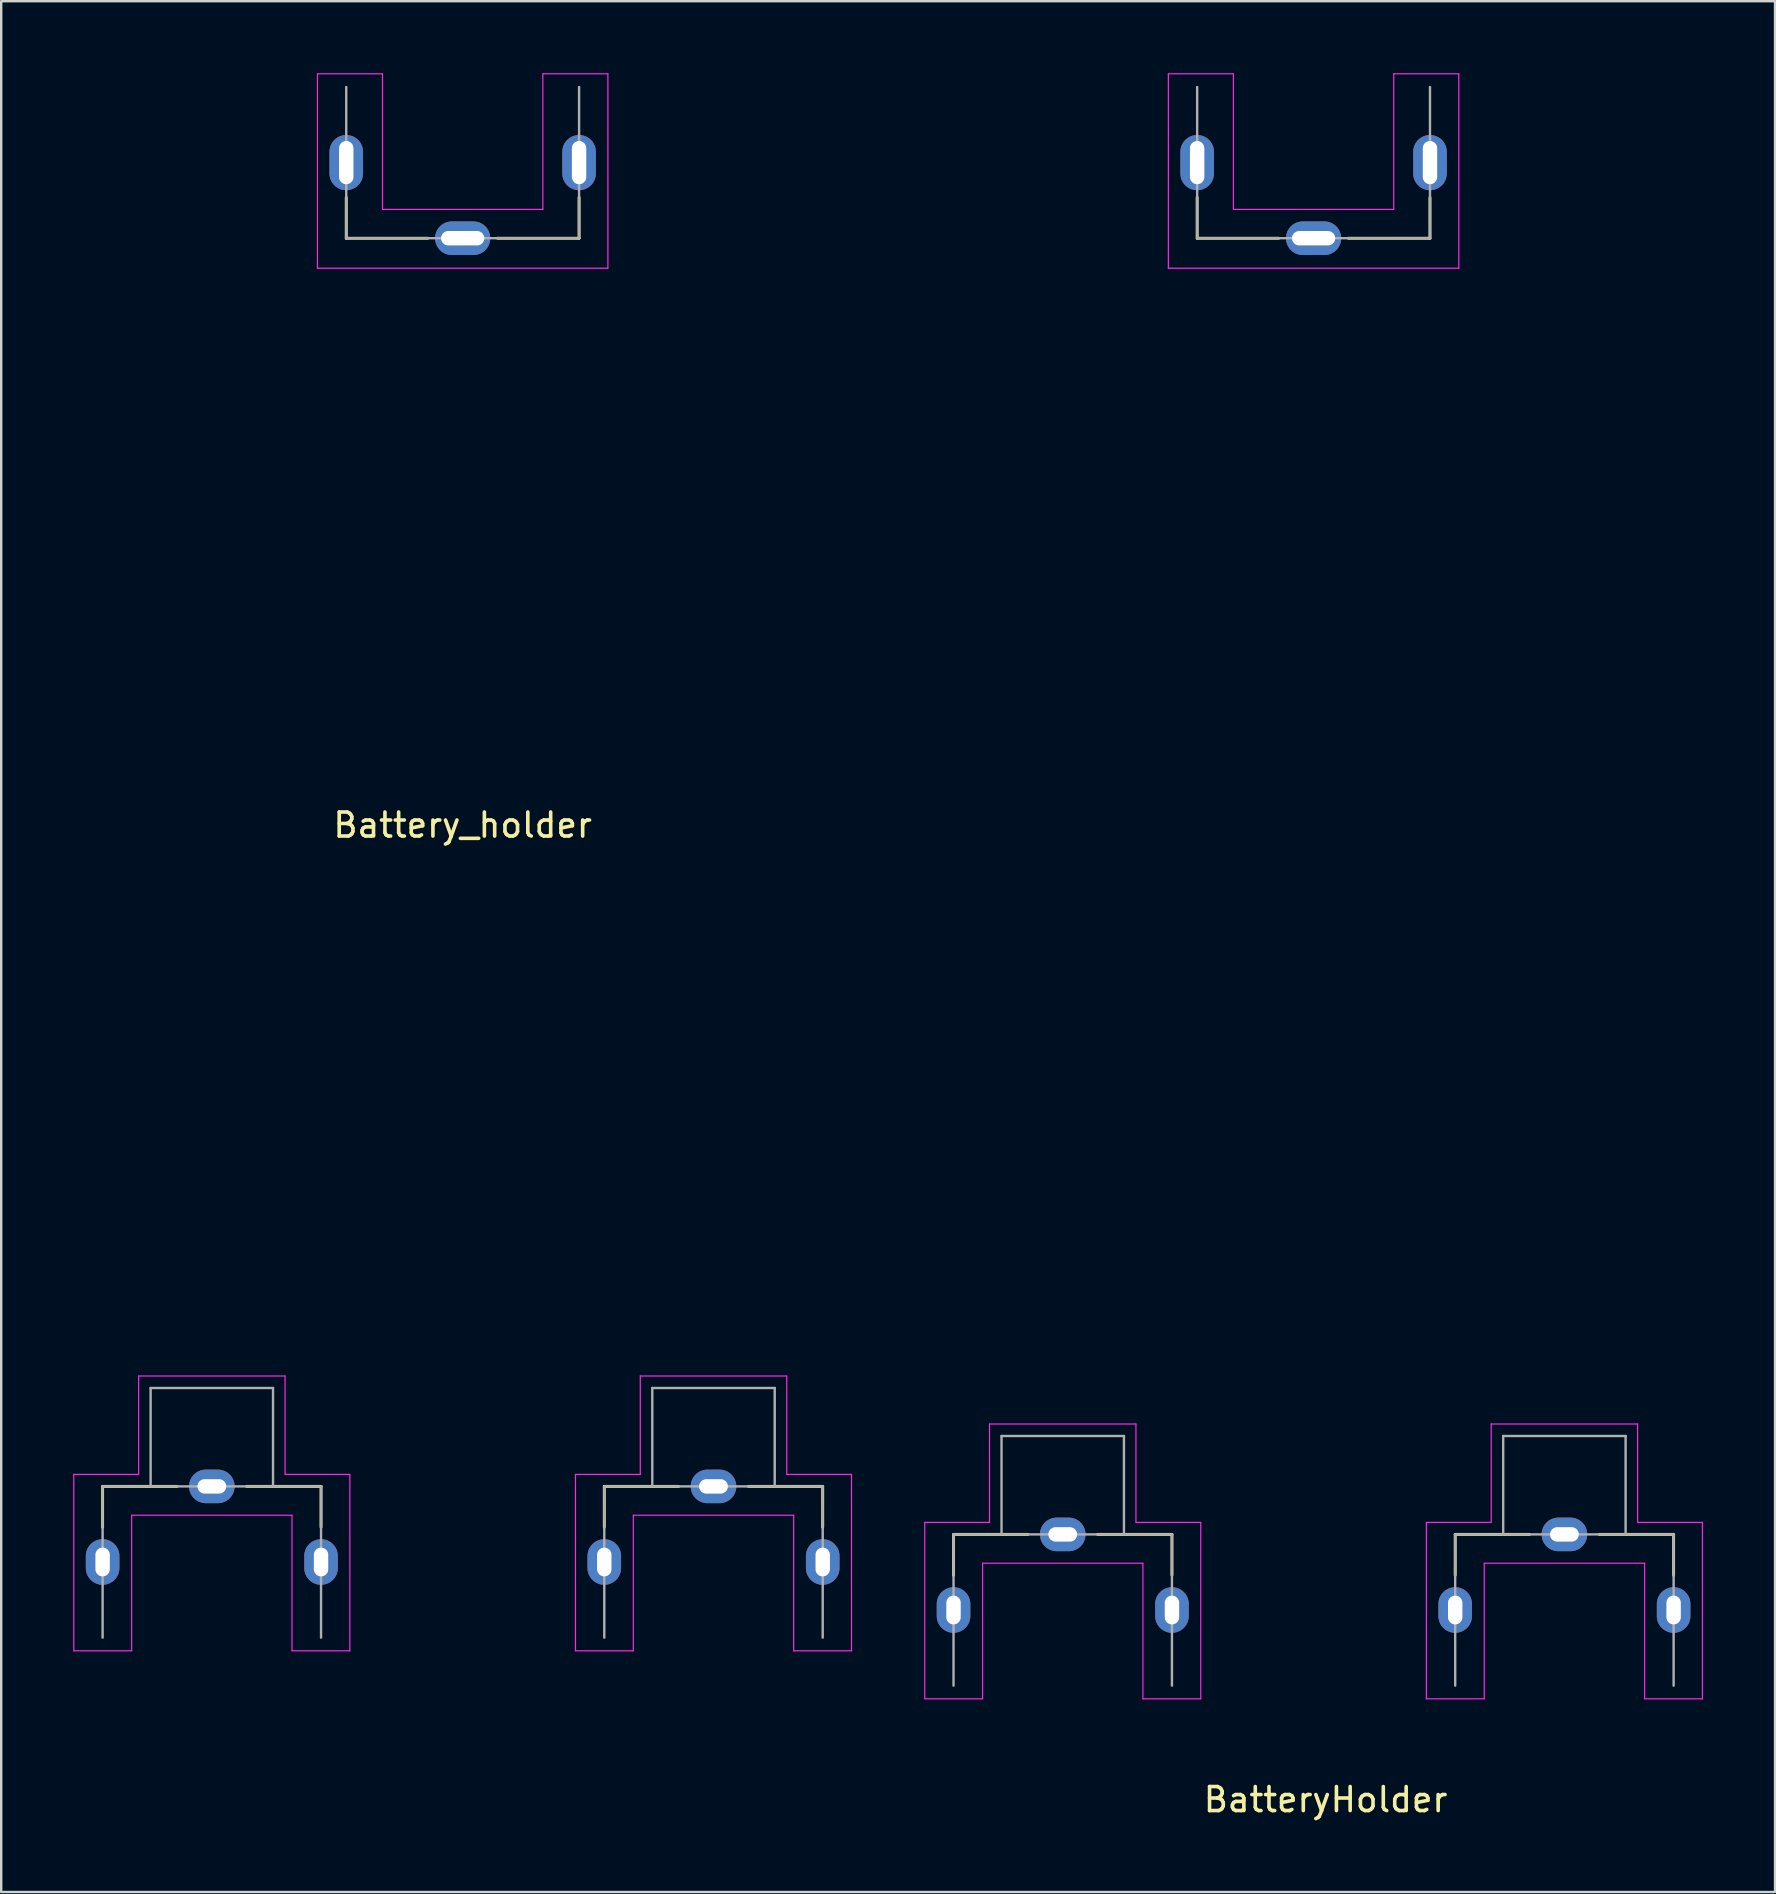
<source format=kicad_pcb>
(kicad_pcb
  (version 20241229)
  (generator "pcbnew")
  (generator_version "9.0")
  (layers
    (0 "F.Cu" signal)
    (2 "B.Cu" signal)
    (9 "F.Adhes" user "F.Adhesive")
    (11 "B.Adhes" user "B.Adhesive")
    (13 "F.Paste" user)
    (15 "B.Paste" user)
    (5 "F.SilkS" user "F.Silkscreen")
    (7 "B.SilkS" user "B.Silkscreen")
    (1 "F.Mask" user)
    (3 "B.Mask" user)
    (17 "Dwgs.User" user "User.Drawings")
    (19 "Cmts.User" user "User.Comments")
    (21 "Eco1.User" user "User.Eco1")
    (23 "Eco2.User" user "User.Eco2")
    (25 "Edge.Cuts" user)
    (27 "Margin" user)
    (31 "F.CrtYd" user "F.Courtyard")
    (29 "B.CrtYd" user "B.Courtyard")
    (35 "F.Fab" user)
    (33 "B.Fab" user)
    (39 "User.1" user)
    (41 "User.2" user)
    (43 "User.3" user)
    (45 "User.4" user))
  (footprint "Battery_holder"
    (layer "F.Cu")
    (at 16.225 65.725)
    (property "Reference" "Battery_holder" (at 0 -34.4 0) (layer "F.SilkS") (effects (font (size 1 1) (thickness 0.15))))
    (attr through_hole)
    (fp_line (start -15 -6.85) (end -11.9 -6.85) (stroke (width 0.12) (type solid)) (layer "F.SilkS"))
    (fp_line (start -15 -5.15) (end -15 -6.85) (stroke (width 0.12) (type solid)) (layer "F.SilkS"))
    (fp_line (start -5.9 -6.85) (end -9 -6.85) (stroke (width 0.12) (type solid)) (layer "F.SilkS"))
    (fp_line (start -5.9 -5.15) (end -5.9 -6.85) (stroke (width 0.12) (type solid)) (layer "F.SilkS"))
    (fp_line (start -4.85 -60.55) (end -4.85 -58.85) (stroke (width 0.12) (type solid)) (layer "F.SilkS"))
    (fp_line (start -4.85 -58.85) (end -1.45 -58.85) (stroke (width 0.12) (type solid)) (layer "F.SilkS"))
    (fp_line (start 4.85 -60.55) (end 4.85 -58.85) (stroke (width 0.12) (type solid)) (layer "F.SilkS"))
    (fp_line (start 4.85 -58.85) (end 1.45 -58.85) (stroke (width 0.12) (type solid)) (layer "F.SilkS"))
    (fp_line (start 5.9 -6.85) (end 9 -6.85) (stroke (width 0.12) (type solid)) (layer "F.SilkS"))
    (fp_line (start 5.9 -5.15) (end 5.9 -6.85) (stroke (width 0.12) (type solid)) (layer "F.SilkS"))
    (fp_line (start 15 -6.85) (end 11.9 -6.85) (stroke (width 0.12) (type solid)) (layer "F.SilkS"))
    (fp_line (start 15 -5.15) (end 15 -6.85) (stroke (width 0.12) (type solid)) (layer "F.SilkS"))
    (fp_line (start -16.2 -7.35) (end -16.2 0) (stroke (width 0.05) (type solid)) (layer "F.CrtYd"))
    (fp_line (start -13.79 -5.65) (end -13.79 0) (stroke (width 0.05) (type solid)) (layer "F.CrtYd"))
    (fp_line (start -13.79 0) (end -16.2 0) (stroke (width 0.05) (type solid)) (layer "F.CrtYd"))
    (fp_line (start -13.5 -11.45) (end -13.5 -7.35) (stroke (width 0.05) (type solid)) (layer "F.CrtYd"))
    (fp_line (start -13.5 -7.35) (end -16.2 -7.35) (stroke (width 0.05) (type solid)) (layer "F.CrtYd"))
    (fp_line (start -7.4 -11.45) (end -13.5 -11.45) (stroke (width 0.05) (type solid)) (layer "F.CrtYd"))
    (fp_line (start -7.4 -7.35) (end -7.4 -11.45) (stroke (width 0.05) (type solid)) (layer "F.CrtYd"))
    (fp_line (start -7.11 -5.65) (end -13.79 -5.65) (stroke (width 0.05) (type solid)) (layer "F.CrtYd"))
    (fp_line (start -7.11 -5.65) (end -7.11 0) (stroke (width 0.05) (type solid)) (layer "F.CrtYd"))
    (fp_line (start -6.05 -65.7) (end -6.05 -57.6) (stroke (width 0.05) (type solid)) (layer "F.CrtYd"))
    (fp_line (start -6.05 -65.7) (end -3.34 -65.7) (stroke (width 0.05) (type solid)) (layer "F.CrtYd"))
    (fp_line (start -6.05 -57.6) (end 6.05 -57.6) (stroke (width 0.05) (type solid)) (layer "F.CrtYd"))
    (fp_line (start -4.7 -7.35) (end -7.4 -7.35) (stroke (width 0.05) (type solid)) (layer "F.CrtYd"))
    (fp_line (start -4.7 0) (end -7.11 0) (stroke (width 0.05) (type solid)) (layer "F.CrtYd"))
    (fp_line (start -4.7 0) (end -4.7 -7.35) (stroke (width 0.05) (type solid)) (layer "F.CrtYd"))
    (fp_line (start -3.34 -60.05) (end -3.34 -65.7) (stroke (width 0.05) (type solid)) (layer "F.CrtYd"))
    (fp_line (start -3.34 -60.05) (end 3.34 -60.05) (stroke (width 0.05) (type solid)) (layer "F.CrtYd"))
    (fp_line (start 3.34 -65.7) (end 6.05 -65.7) (stroke (width 0.05) (type solid)) (layer "F.CrtYd"))
    (fp_line (start 3.34 -60.05) (end 3.34 -65.7) (stroke (width 0.05) (type solid)) (layer "F.CrtYd"))
    (fp_line (start 4.7 -7.35) (end 4.7 0) (stroke (width 0.05) (type solid)) (layer "F.CrtYd"))
    (fp_line (start 6.05 -57.6) (end 6.05 -65.7) (stroke (width 0.05) (type solid)) (layer "F.CrtYd"))
    (fp_line (start 7.11 -5.65) (end 7.11 0) (stroke (width 0.05) (type solid)) (layer "F.CrtYd"))
    (fp_line (start 7.11 0) (end 4.7 0) (stroke (width 0.05) (type solid)) (layer "F.CrtYd"))
    (fp_line (start 7.4 -11.45) (end 7.4 -7.35) (stroke (width 0.05) (type solid)) (layer "F.CrtYd"))
    (fp_line (start 7.4 -7.35) (end 4.7 -7.35) (stroke (width 0.05) (type solid)) (layer "F.CrtYd"))
    (fp_line (start 13.5 -11.45) (end 7.4 -11.45) (stroke (width 0.05) (type solid)) (layer "F.CrtYd"))
    (fp_line (start 13.5 -7.35) (end 13.5 -11.45) (stroke (width 0.05) (type solid)) (layer "F.CrtYd"))
    (fp_line (start 13.79 -5.65) (end 7.11 -5.65) (stroke (width 0.05) (type solid)) (layer "F.CrtYd"))
    (fp_line (start 13.79 -5.65) (end 13.79 0) (stroke (width 0.05) (type solid)) (layer "F.CrtYd"))
    (fp_line (start 16.2 -7.35) (end 13.5 -7.35) (stroke (width 0.05) (type solid)) (layer "F.CrtYd"))
    (fp_line (start 16.2 0) (end 13.79 0) (stroke (width 0.05) (type solid)) (layer "F.CrtYd"))
    (fp_line (start 16.2 0) (end 16.2 -7.35) (stroke (width 0.05) (type solid)) (layer "F.CrtYd"))
    (fp_line (start -15 -6.85) (end -15 -0.55) (stroke (width 0.1) (type solid)) (layer "F.Fab"))
    (fp_line (start -15 -6.85) (end -5.9 -6.85) (stroke (width 0.1) (type solid)) (layer "F.Fab"))
    (fp_line (start -13 -10.95) (end -7.9 -10.95) (stroke (width 0.1) (type solid)) (layer "F.Fab"))
    (fp_line (start -13 -6.85) (end -13 -10.95) (stroke (width 0.1) (type solid)) (layer "F.Fab"))
    (fp_line (start -7.9 -10.95) (end -7.9 -6.85) (stroke (width 0.1) (type solid)) (layer "F.Fab"))
    (fp_line (start -5.9 -6.85) (end -5.9 -0.55) (stroke (width 0.1) (type solid)) (layer "F.Fab"))
    (fp_line (start -4.85 -58.85) (end -4.85 -65.15) (stroke (width 0.1) (type solid)) (layer "F.Fab"))
    (fp_line (start 4.85 -58.85) (end -4.85 -58.85) (stroke (width 0.1) (type solid)) (layer "F.Fab"))
    (fp_line (start 4.85 -58.85) (end 4.85 -65.15) (stroke (width 0.1) (type solid)) (layer "F.Fab"))
    (fp_line (start 5.9 -6.85) (end 5.9 -0.55) (stroke (width 0.1) (type solid)) (layer "F.Fab"))
    (fp_line (start 5.9 -6.85) (end 15 -6.85) (stroke (width 0.1) (type solid)) (layer "F.Fab"))
    (fp_line (start 7.9 -10.95) (end 13 -10.95) (stroke (width 0.1) (type solid)) (layer "F.Fab"))
    (fp_line (start 7.9 -6.85) (end 7.9 -10.95) (stroke (width 0.1) (type solid)) (layer "F.Fab"))
    (fp_line (start 13 -10.95) (end 13 -6.85) (stroke (width 0.1) (type solid)) (layer "F.Fab"))
    (fp_line (start 15 -6.85) (end 15 -0.55) (stroke (width 0.1) (type solid)) (layer "F.Fab"))
    (pad "1" thru_hole oval (at -4.85 -62 90) (size 2.3 1.4) (drill oval 1.8 0.6) (layers "*.Cu" "*.Mask"))
    (pad "1" thru_hole oval (at 0 -58.85) (size 2.3 1.4) (drill oval 1.8 0.6) (layers "*.Cu" "*.Mask"))
    (pad "1" thru_hole oval (at 4.85 -62 90) (size 2.3 1.4) (drill oval 1.8 0.6) (layers "*.Cu" "*.Mask"))
    (pad "2" thru_hole oval (at -15 -3.7 270) (size 1.9 1.4) (drill oval 1.2 0.6) (layers "*.Cu" "*.Mask"))
    (pad "2" thru_hole oval (at -10.45 -6.85 180) (size 1.9 1.4) (drill oval 1.2 0.6) (layers "*.Cu" "*.Mask"))
    (pad "2" thru_hole oval (at -5.9 -3.7 270) (size 1.9 1.4) (drill oval 1.2 0.6) (layers "*.Cu" "*.Mask"))
    (pad "2" thru_hole oval (at 5.9 -3.7 270) (size 1.9 1.4) (drill oval 1.2 0.6) (layers "*.Cu" "*.Mask"))
    (pad "2" thru_hole oval (at 10.45 -6.85 180) (size 1.9 1.4) (drill oval 1.2 0.6) (layers "*.Cu" "*.Mask"))
    (pad "2" thru_hole oval (at 15 -3.7 270) (size 1.9 1.4) (drill oval 1.2 0.6) (layers "*.Cu" "*.Mask")))
  (footprint "BatteryHolder"
    (layer "F.Cu")
    (at 51.675 67.725)
    (property "Reference" "BatteryHolder" (at 0.5 4.2 0) (layer "F.SilkS") (effects (font (size 1 1) (thickness 0.15))))
    (attr through_hole)
    (fp_line (start -15 -6.85) (end -11.9 -6.85) (stroke (width 0.12) (type solid)) (layer "F.SilkS"))
    (fp_line (start -15 -5.15) (end -15 -6.85) (stroke (width 0.12) (type solid)) (layer "F.SilkS"))
    (fp_line (start -5.9 -6.85) (end -9 -6.85) (stroke (width 0.12) (type solid)) (layer "F.SilkS"))
    (fp_line (start -5.9 -5.15) (end -5.9 -6.85) (stroke (width 0.12) (type solid)) (layer "F.SilkS"))
    (fp_line (start -4.85 -62.55) (end -4.85 -60.85) (stroke (width 0.12) (type solid)) (layer "F.SilkS"))
    (fp_line (start -4.85 -60.85) (end -1.45 -60.85) (stroke (width 0.12) (type solid)) (layer "F.SilkS"))
    (fp_line (start 4.85 -62.55) (end 4.85 -60.85) (stroke (width 0.12) (type solid)) (layer "F.SilkS"))
    (fp_line (start 4.85 -60.85) (end 1.45 -60.85) (stroke (width 0.12) (type solid)) (layer "F.SilkS"))
    (fp_line (start 5.9 -6.85) (end 9 -6.85) (stroke (width 0.12) (type solid)) (layer "F.SilkS"))
    (fp_line (start 5.9 -5.15) (end 5.9 -6.85) (stroke (width 0.12) (type solid)) (layer "F.SilkS"))
    (fp_line (start 15 -6.85) (end 11.9 -6.85) (stroke (width 0.12) (type solid)) (layer "F.SilkS"))
    (fp_line (start 15 -5.15) (end 15 -6.85) (stroke (width 0.12) (type solid)) (layer "F.SilkS"))
    (fp_line (start -16.2 -7.35) (end -16.2 0) (stroke (width 0.05) (type solid)) (layer "F.CrtYd"))
    (fp_line (start -13.79 -5.65) (end -13.79 0) (stroke (width 0.05) (type solid)) (layer "F.CrtYd"))
    (fp_line (start -13.79 0) (end -16.2 0) (stroke (width 0.05) (type solid)) (layer "F.CrtYd"))
    (fp_line (start -13.5 -11.45) (end -13.5 -7.35) (stroke (width 0.05) (type solid)) (layer "F.CrtYd"))
    (fp_line (start -13.5 -7.35) (end -16.2 -7.35) (stroke (width 0.05) (type solid)) (layer "F.CrtYd"))
    (fp_line (start -7.4 -11.45) (end -13.5 -11.45) (stroke (width 0.05) (type solid)) (layer "F.CrtYd"))
    (fp_line (start -7.4 -7.35) (end -7.4 -11.45) (stroke (width 0.05) (type solid)) (layer "F.CrtYd"))
    (fp_line (start -7.11 -5.65) (end -13.79 -5.65) (stroke (width 0.05) (type solid)) (layer "F.CrtYd"))
    (fp_line (start -7.11 -5.65) (end -7.11 0) (stroke (width 0.05) (type solid)) (layer "F.CrtYd"))
    (fp_line (start -6.05 -67.7) (end -6.05 -59.6) (stroke (width 0.05) (type solid)) (layer "F.CrtYd"))
    (fp_line (start -6.05 -67.7) (end -3.34 -67.7) (stroke (width 0.05) (type solid)) (layer "F.CrtYd"))
    (fp_line (start -6.05 -59.6) (end 6.05 -59.6) (stroke (width 0.05) (type solid)) (layer "F.CrtYd"))
    (fp_line (start -4.7 -7.35) (end -7.4 -7.35) (stroke (width 0.05) (type solid)) (layer "F.CrtYd"))
    (fp_line (start -4.7 0) (end -7.11 0) (stroke (width 0.05) (type solid)) (layer "F.CrtYd"))
    (fp_line (start -4.7 0) (end -4.7 -7.35) (stroke (width 0.05) (type solid)) (layer "F.CrtYd"))
    (fp_line (start -3.34 -62.05) (end -3.34 -67.7) (stroke (width 0.05) (type solid)) (layer "F.CrtYd"))
    (fp_line (start -3.34 -62.05) (end 3.34 -62.05) (stroke (width 0.05) (type solid)) (layer "F.CrtYd"))
    (fp_line (start 3.34 -67.7) (end 6.05 -67.7) (stroke (width 0.05) (type solid)) (layer "F.CrtYd"))
    (fp_line (start 3.34 -62.05) (end 3.34 -67.7) (stroke (width 0.05) (type solid)) (layer "F.CrtYd"))
    (fp_line (start 4.7 -7.35) (end 4.7 0) (stroke (width 0.05) (type solid)) (layer "F.CrtYd"))
    (fp_line (start 6.05 -59.6) (end 6.05 -67.7) (stroke (width 0.05) (type solid)) (layer "F.CrtYd"))
    (fp_line (start 7.11 -5.65) (end 7.11 0) (stroke (width 0.05) (type solid)) (layer "F.CrtYd"))
    (fp_line (start 7.11 0) (end 4.7 0) (stroke (width 0.05) (type solid)) (layer "F.CrtYd"))
    (fp_line (start 7.4 -11.45) (end 7.4 -7.35) (stroke (width 0.05) (type solid)) (layer "F.CrtYd"))
    (fp_line (start 7.4 -7.35) (end 4.7 -7.35) (stroke (width 0.05) (type solid)) (layer "F.CrtYd"))
    (fp_line (start 13.5 -11.45) (end 7.4 -11.45) (stroke (width 0.05) (type solid)) (layer "F.CrtYd"))
    (fp_line (start 13.5 -7.35) (end 13.5 -11.45) (stroke (width 0.05) (type solid)) (layer "F.CrtYd"))
    (fp_line (start 13.79 -5.65) (end 7.11 -5.65) (stroke (width 0.05) (type solid)) (layer "F.CrtYd"))
    (fp_line (start 13.79 -5.65) (end 13.79 0) (stroke (width 0.05) (type solid)) (layer "F.CrtYd"))
    (fp_line (start 16.2 -7.35) (end 13.5 -7.35) (stroke (width 0.05) (type solid)) (layer "F.CrtYd"))
    (fp_line (start 16.2 0) (end 13.79 0) (stroke (width 0.05) (type solid)) (layer "F.CrtYd"))
    (fp_line (start 16.2 0) (end 16.2 -7.35) (stroke (width 0.05) (type solid)) (layer "F.CrtYd"))
    (fp_line (start -15 -6.85) (end -15 -0.55) (stroke (width 0.1) (type solid)) (layer "F.Fab"))
    (fp_line (start -15 -6.85) (end -5.9 -6.85) (stroke (width 0.1) (type solid)) (layer "F.Fab"))
    (fp_line (start -13 -10.95) (end -7.9 -10.95) (stroke (width 0.1) (type solid)) (layer "F.Fab"))
    (fp_line (start -13 -6.85) (end -13 -10.95) (stroke (width 0.1) (type solid)) (layer "F.Fab"))
    (fp_line (start -7.9 -10.95) (end -7.9 -6.85) (stroke (width 0.1) (type solid)) (layer "F.Fab"))
    (fp_line (start -5.9 -6.85) (end -5.9 -0.55) (stroke (width 0.1) (type solid)) (layer "F.Fab"))
    (fp_line (start -4.85 -60.85) (end -4.85 -67.15) (stroke (width 0.1) (type solid)) (layer "F.Fab"))
    (fp_line (start 4.85 -60.85) (end -4.85 -60.85) (stroke (width 0.1) (type solid)) (layer "F.Fab"))
    (fp_line (start 4.85 -60.85) (end 4.85 -67.15) (stroke (width 0.1) (type solid)) (layer "F.Fab"))
    (fp_line (start 5.9 -6.85) (end 5.9 -0.55) (stroke (width 0.1) (type solid)) (layer "F.Fab"))
    (fp_line (start 5.9 -6.85) (end 15 -6.85) (stroke (width 0.1) (type solid)) (layer "F.Fab"))
    (fp_line (start 7.9 -10.95) (end 13 -10.95) (stroke (width 0.1) (type solid)) (layer "F.Fab"))
    (fp_line (start 7.9 -6.85) (end 7.9 -10.95) (stroke (width 0.1) (type solid)) (layer "F.Fab"))
    (fp_line (start 13 -10.95) (end 13 -6.85) (stroke (width 0.1) (type solid)) (layer "F.Fab"))
    (fp_line (start 15 -6.85) (end 15 -0.55) (stroke (width 0.1) (type solid)) (layer "F.Fab"))
    (pad "1" thru_hole oval (at -15 -3.7 270) (size 1.9 1.4) (drill oval 1.2 0.6) (layers "*.Cu" "*.Mask"))
    (pad "1" thru_hole oval (at -10.45 -6.85 180) (size 1.9 1.4) (drill oval 1.2 0.6) (layers "*.Cu" "*.Mask"))
    (pad "1" thru_hole oval (at -5.9 -3.7 270) (size 1.9 1.4) (drill oval 1.2 0.6) (layers "*.Cu" "*.Mask"))
    (pad "1" thru_hole oval (at 5.9 -3.7 270) (size 1.9 1.4) (drill oval 1.2 0.6) (layers "*.Cu" "*.Mask"))
    (pad "1" thru_hole oval (at 10.45 -6.85 180) (size 1.9 1.4) (drill oval 1.2 0.6) (layers "*.Cu" "*.Mask"))
    (pad "1" thru_hole oval (at 15 -3.7 270) (size 1.9 1.4) (drill oval 1.2 0.6) (layers "*.Cu" "*.Mask"))
    (pad "2" thru_hole oval (at -4.85 -64 90) (size 2.3 1.4) (drill oval 1.8 0.6) (layers "*.Cu" "*.Mask"))
    (pad "2" thru_hole oval (at 0 -60.85) (size 2.3 1.4) (drill oval 1.8 0.6) (layers "*.Cu" "*.Mask"))
    (pad "2" thru_hole oval (at 4.85 -64 90) (size 2.3 1.4) (drill oval 1.8 0.6) (layers "*.Cu" "*.Mask")))
  (gr_rect
    (start -3 -3)
    (end 70.9 75.773)
    (stroke (width 0.1) (type default))
    (fill no)
    (layer "Edge.Cuts")))
</source>
